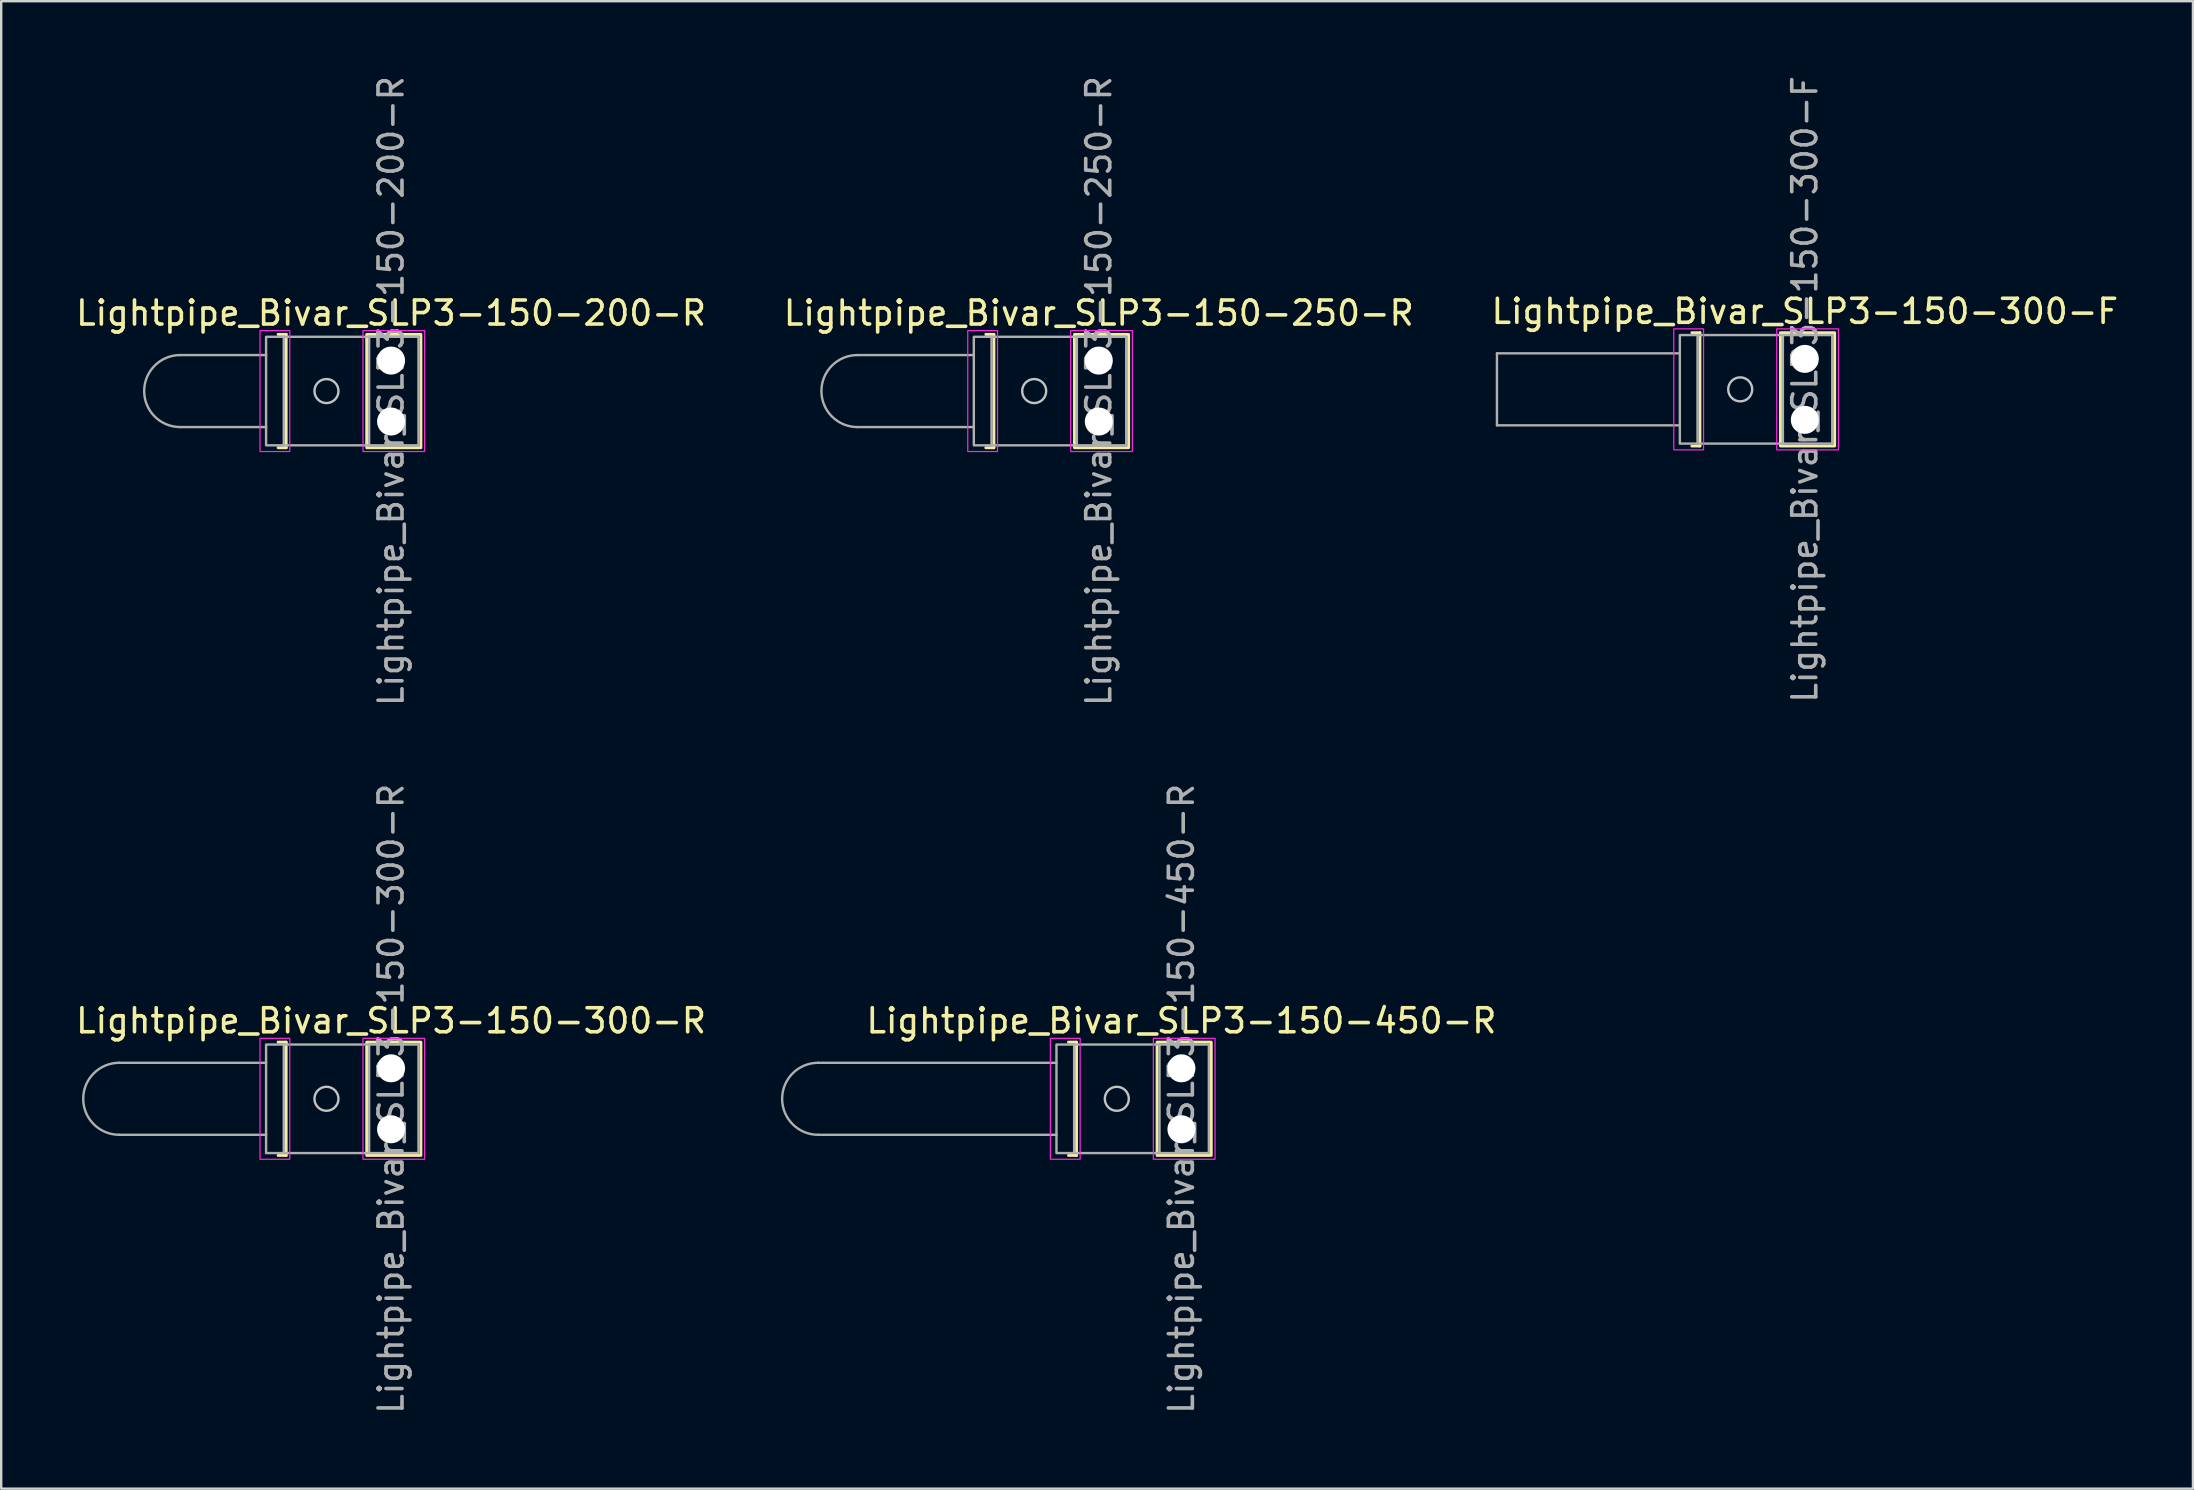
<source format=kicad_pcb>
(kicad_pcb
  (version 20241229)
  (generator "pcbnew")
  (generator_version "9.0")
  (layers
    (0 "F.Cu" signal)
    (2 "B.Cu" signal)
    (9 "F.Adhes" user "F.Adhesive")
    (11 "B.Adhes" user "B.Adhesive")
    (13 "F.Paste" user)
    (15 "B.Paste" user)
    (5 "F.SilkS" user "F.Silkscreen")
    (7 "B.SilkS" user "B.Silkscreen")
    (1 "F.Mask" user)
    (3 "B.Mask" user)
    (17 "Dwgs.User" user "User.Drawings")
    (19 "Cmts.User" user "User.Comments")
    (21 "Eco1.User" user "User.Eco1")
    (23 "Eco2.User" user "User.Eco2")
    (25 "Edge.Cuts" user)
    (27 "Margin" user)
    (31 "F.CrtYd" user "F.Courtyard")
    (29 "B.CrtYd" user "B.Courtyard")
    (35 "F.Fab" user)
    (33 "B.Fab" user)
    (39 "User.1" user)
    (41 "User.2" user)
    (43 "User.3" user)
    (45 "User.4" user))
  (footprint "Lightpipe_Bivar_SLP3-150-300-R"
    (layer "F.Cu")
    (at 13.244 42.732)
    (property "Reference" "Lightpipe_Bivar_SLP3-150-300-R" (at 0 -3.25 0) (layer "F.SilkS") (effects (font (size 1 1) (thickness 0.15))))
    (fp_line (start -4.707 -2.361) (end -4.37 -2.361) (stroke (width 0.12) (type default)) (layer "F.SilkS"))
    (fp_line (start -4.37 -2.361) (end -4.37 2.361) (stroke (width 0.12) (type default)) (layer "F.SilkS"))
    (fp_line (start -4.37 2.361) (end -4.707 2.361) (stroke (width 0.12) (type default)) (layer "F.SilkS"))
    (fp_rect (start -1.014 2.361) (end 1.243 -2.361) (stroke (width 0.12) (type solid)) (fill no) (layer "F.SilkS"))
    (fp_circle (center -2.692 0) (end -2.192 0) (stroke (width 0.1) (type solid)) (fill no) (layer "Dwgs.User"))
    (fp_rect (start -5.46 -2.52) (end -4.22 2.52) (stroke (width 0.05) (type solid)) (fill no) (layer "F.CrtYd"))
    (fp_rect (start -1.17 -2.52) (end 1.4 2.52) (stroke (width 0.05) (type solid)) (fill no) (layer "F.CrtYd"))
    (fp_line (start -11.327 -1.5) (end -5.207 -1.5) (stroke (width 0.1) (type solid)) (layer "F.Fab"))
    (fp_line (start -11.327 1.5) (end -5.207 1.5) (stroke (width 0.1) (type solid)) (layer "F.Fab"))
    (fp_line (start -4.47 -2.261) (end -0.914 -2.261) (stroke (width 0.1) (type solid)) (layer "F.Fab"))
    (fp_line (start -4.47 2.261) (end -0.914 2.261) (stroke (width 0.1) (type solid)) (layer "F.Fab"))
    (fp_rect (start -5.207 -2.261) (end -4.47 2.261) (stroke (width 0.1) (type solid)) (fill no) (layer "F.Fab"))
    (fp_rect (start -0.914 -2.261) (end 1.143 2.261) (stroke (width 0.1) (type solid)) (fill no) (layer "F.Fab"))
    (fp_arc (start -11.327 1.5) (mid -12.827 0) (end -11.327 -1.5) (stroke (width 0.1) (type solid)) (layer "F.Fab"))
    (fp_text user "${REFERENCE}" (at 0 0 90) (layer "F.Fab") (effects (font (size 1 1) (thickness 0.15))))
    (pad "" np_thru_hole circle (at 0 -1.27) (size 1.168 1.168) (drill 1.168) (layers "*.Cu" "*.Mask"))
    (pad "" np_thru_hole circle (at 0 1.27) (size 1.168 1.168) (drill 1.168) (layers "*.Cu" "*.Mask")))
  (footprint "Lightpipe_Bivar_SLP3-150-200-R"
    (layer "F.Cu")
    (at 13.244 13.244)
    (property "Reference" "Lightpipe_Bivar_SLP3-150-200-R" (at 0 -3.25 0) (layer "F.SilkS") (effects (font (size 1 1) (thickness 0.15))))
    (fp_line (start -4.707 -2.361) (end -4.37 -2.361) (stroke (width 0.12) (type default)) (layer "F.SilkS"))
    (fp_line (start -4.37 -2.361) (end -4.37 2.361) (stroke (width 0.12) (type default)) (layer "F.SilkS"))
    (fp_line (start -4.37 2.361) (end -4.707 2.361) (stroke (width 0.12) (type default)) (layer "F.SilkS"))
    (fp_rect (start -1.014 2.361) (end 1.243 -2.361) (stroke (width 0.12) (type solid)) (fill no) (layer "F.SilkS"))
    (fp_circle (center -2.692 0) (end -2.192 0) (stroke (width 0.1) (type solid)) (fill no) (layer "Dwgs.User"))
    (fp_rect (start -5.46 -2.52) (end -4.22 2.52) (stroke (width 0.05) (type solid)) (fill no) (layer "F.CrtYd"))
    (fp_rect (start -1.17 -2.52) (end 1.4 2.52) (stroke (width 0.05) (type solid)) (fill no) (layer "F.CrtYd"))
    (fp_line (start -8.787 -1.5) (end -5.207 -1.5) (stroke (width 0.1) (type solid)) (layer "F.Fab"))
    (fp_line (start -8.787 1.5) (end -5.207 1.5) (stroke (width 0.1) (type solid)) (layer "F.Fab"))
    (fp_line (start -4.47 -2.261) (end -0.914 -2.261) (stroke (width 0.1) (type solid)) (layer "F.Fab"))
    (fp_line (start -4.47 2.261) (end -0.914 2.261) (stroke (width 0.1) (type solid)) (layer "F.Fab"))
    (fp_rect (start -5.207 -2.261) (end -4.47 2.261) (stroke (width 0.1) (type solid)) (fill no) (layer "F.Fab"))
    (fp_rect (start -0.914 -2.261) (end 1.143 2.261) (stroke (width 0.1) (type solid)) (fill no) (layer "F.Fab"))
    (fp_arc (start -8.787 1.5) (mid -10.287 0) (end -8.787 -1.5) (stroke (width 0.1) (type solid)) (layer "F.Fab"))
    (fp_text user "${REFERENCE}" (at 0 0 90) (layer "F.Fab") (effects (font (size 1 1) (thickness 0.15))))
    (pad "" np_thru_hole circle (at 0 -1.27) (size 1.168 1.168) (drill 1.168) (layers "*.Cu" "*.Mask"))
    (pad "" np_thru_hole circle (at 0 1.27) (size 1.168 1.168) (drill 1.168) (layers "*.Cu" "*.Mask")))
  (footprint "Lightpipe_Bivar_SLP3-150-250-R"
    (layer "F.Cu")
    (at 42.732 13.244)
    (property "Reference" "Lightpipe_Bivar_SLP3-150-250-R" (at 0 -3.25 0) (layer "F.SilkS") (effects (font (size 1 1) (thickness 0.15))))
    (fp_line (start -4.707 -2.361) (end -4.37 -2.361) (stroke (width 0.12) (type default)) (layer "F.SilkS"))
    (fp_line (start -4.37 -2.361) (end -4.37 2.361) (stroke (width 0.12) (type default)) (layer "F.SilkS"))
    (fp_line (start -4.37 2.361) (end -4.707 2.361) (stroke (width 0.12) (type default)) (layer "F.SilkS"))
    (fp_rect (start -1.014 2.361) (end 1.243 -2.361) (stroke (width 0.12) (type solid)) (fill no) (layer "F.SilkS"))
    (fp_circle (center -2.692 0) (end -2.192 0) (stroke (width 0.1) (type solid)) (fill no) (layer "Dwgs.User"))
    (fp_rect (start -5.46 -2.52) (end -4.22 2.52) (stroke (width 0.05) (type solid)) (fill no) (layer "F.CrtYd"))
    (fp_rect (start -1.17 -2.52) (end 1.4 2.52) (stroke (width 0.05) (type solid)) (fill no) (layer "F.CrtYd"))
    (fp_line (start -10.057 -1.5) (end -5.207 -1.5) (stroke (width 0.1) (type solid)) (layer "F.Fab"))
    (fp_line (start -10.057 1.5) (end -5.207 1.5) (stroke (width 0.1) (type solid)) (layer "F.Fab"))
    (fp_line (start -4.47 -2.261) (end -0.914 -2.261) (stroke (width 0.1) (type solid)) (layer "F.Fab"))
    (fp_line (start -4.47 2.261) (end -0.914 2.261) (stroke (width 0.1) (type solid)) (layer "F.Fab"))
    (fp_rect (start -5.207 -2.261) (end -4.47 2.261) (stroke (width 0.1) (type solid)) (fill no) (layer "F.Fab"))
    (fp_rect (start -0.914 -2.261) (end 1.143 2.261) (stroke (width 0.1) (type solid)) (fill no) (layer "F.Fab"))
    (fp_arc (start -10.057 1.5) (mid -11.557 0) (end -10.057 -1.5) (stroke (width 0.1) (type solid)) (layer "F.Fab"))
    (fp_text user "${REFERENCE}" (at 0 0 90) (layer "F.Fab") (effects (font (size 1 1) (thickness 0.15))))
    (pad "" np_thru_hole circle (at 0 -1.27) (size 1.168 1.168) (drill 1.168) (layers "*.Cu" "*.Mask"))
    (pad "" np_thru_hole circle (at 0 1.27) (size 1.168 1.168) (drill 1.168) (layers "*.Cu" "*.Mask")))
  (footprint "Lightpipe_Bivar_SLP3-150-450-R"
    (layer "F.Cu")
    (at 46.175 42.732)
    (property "Reference" "Lightpipe_Bivar_SLP3-150-450-R" (at 0 -3.25 0) (layer "F.SilkS") (effects (font (size 1 1) (thickness 0.15))))
    (fp_line (start -4.707 -2.361) (end -4.37 -2.361) (stroke (width 0.12) (type default)) (layer "F.SilkS"))
    (fp_line (start -4.37 -2.361) (end -4.37 2.361) (stroke (width 0.12) (type default)) (layer "F.SilkS"))
    (fp_line (start -4.37 2.361) (end -4.707 2.361) (stroke (width 0.12) (type default)) (layer "F.SilkS"))
    (fp_rect (start -1.014 2.361) (end 1.243 -2.361) (stroke (width 0.12) (type solid)) (fill no) (layer "F.SilkS"))
    (fp_circle (center -2.692 0) (end -2.192 0) (stroke (width 0.1) (type solid)) (fill no) (layer "Dwgs.User"))
    (fp_rect (start -5.46 -2.52) (end -4.22 2.52) (stroke (width 0.05) (type solid)) (fill no) (layer "F.CrtYd"))
    (fp_rect (start -1.17 -2.52) (end 1.4 2.52) (stroke (width 0.05) (type solid)) (fill no) (layer "F.CrtYd"))
    (fp_line (start -15.137 -1.5) (end -5.207 -1.5) (stroke (width 0.1) (type solid)) (layer "F.Fab"))
    (fp_line (start -15.137 1.5) (end -5.207 1.5) (stroke (width 0.1) (type solid)) (layer "F.Fab"))
    (fp_line (start -4.47 -2.261) (end -0.914 -2.261) (stroke (width 0.1) (type solid)) (layer "F.Fab"))
    (fp_line (start -4.47 2.261) (end -0.914 2.261) (stroke (width 0.1) (type solid)) (layer "F.Fab"))
    (fp_rect (start -5.207 -2.261) (end -4.47 2.261) (stroke (width 0.1) (type solid)) (fill no) (layer "F.Fab"))
    (fp_rect (start -0.914 -2.261) (end 1.143 2.261) (stroke (width 0.1) (type solid)) (fill no) (layer "F.Fab"))
    (fp_arc (start -15.137 1.5) (mid -16.637 0) (end -15.137 -1.5) (stroke (width 0.1) (type solid)) (layer "F.Fab"))
    (fp_text user "${REFERENCE}" (at 0 0 90) (layer "F.Fab") (effects (font (size 1 1) (thickness 0.15))))
    (pad "" np_thru_hole circle (at 0 -1.27) (size 1.168 1.168) (drill 1.168) (layers "*.Cu" "*.Mask"))
    (pad "" np_thru_hole circle (at 0 1.27) (size 1.168 1.168) (drill 1.168) (layers "*.Cu" "*.Mask")))
  (footprint "Lightpipe_Bivar_SLP3-150-300-F"
    (layer "F.Cu")
    (at 72.149 13.173)
    (property "Reference" "Lightpipe_Bivar_SLP3-150-300-F" (at 0 -3.25 0) (layer "F.SilkS") (effects (font (size 1 1) (thickness 0.15))))
    (fp_line (start -4.707 -2.361) (end -4.37 -2.361) (stroke (width 0.12) (type default)) (layer "F.SilkS"))
    (fp_line (start -4.37 -2.361) (end -4.37 2.361) (stroke (width 0.12) (type default)) (layer "F.SilkS"))
    (fp_line (start -4.37 2.361) (end -4.707 2.361) (stroke (width 0.12) (type default)) (layer "F.SilkS"))
    (fp_rect (start -1.014 2.361) (end 1.243 -2.361) (stroke (width 0.12) (type solid)) (fill no) (layer "F.SilkS"))
    (fp_circle (center -2.692 0) (end -2.192 0) (stroke (width 0.1) (type solid)) (fill no) (layer "Dwgs.User"))
    (fp_rect (start -5.46 -2.52) (end -4.22 2.52) (stroke (width 0.05) (type solid)) (fill no) (layer "F.CrtYd"))
    (fp_rect (start -1.17 -2.52) (end 1.4 2.52) (stroke (width 0.05) (type solid)) (fill no) (layer "F.CrtYd"))
    (fp_line (start -12.827 -1.5) (end -12.827 1.5) (stroke (width 0.1) (type default)) (layer "F.Fab"))
    (fp_line (start -12.827 -1.5) (end -5.207 -1.5) (stroke (width 0.1) (type solid)) (layer "F.Fab"))
    (fp_line (start -12.827 1.5) (end -5.207 1.5) (stroke (width 0.1) (type solid)) (layer "F.Fab"))
    (fp_line (start -4.47 -2.261) (end -0.914 -2.261) (stroke (width 0.1) (type solid)) (layer "F.Fab"))
    (fp_line (start -4.47 2.261) (end -0.914 2.261) (stroke (width 0.1) (type solid)) (layer "F.Fab"))
    (fp_rect (start -5.207 -2.261) (end -4.47 2.261) (stroke (width 0.1) (type solid)) (fill no) (layer "F.Fab"))
    (fp_rect (start -0.914 -2.261) (end 1.143 2.261) (stroke (width 0.1) (type solid)) (fill no) (layer "F.Fab"))
    (fp_text user "${REFERENCE}" (at 0 0 90) (layer "F.Fab") (effects (font (size 1 1) (thickness 0.15))))
    (pad "" np_thru_hole circle (at 0 -1.27) (size 1.168 1.168) (drill 1.168) (layers "*.Cu" "*.Mask"))
    (pad "" np_thru_hole circle (at 0 1.27) (size 1.168 1.168) (drill 1.168) (layers "*.Cu" "*.Mask")))
  (gr_rect
    (start -3 -3)
    (end 88.321 58.976)
    (stroke (width 0.1) (type default))
    (fill no)
    (layer "Edge.Cuts")))
</source>
